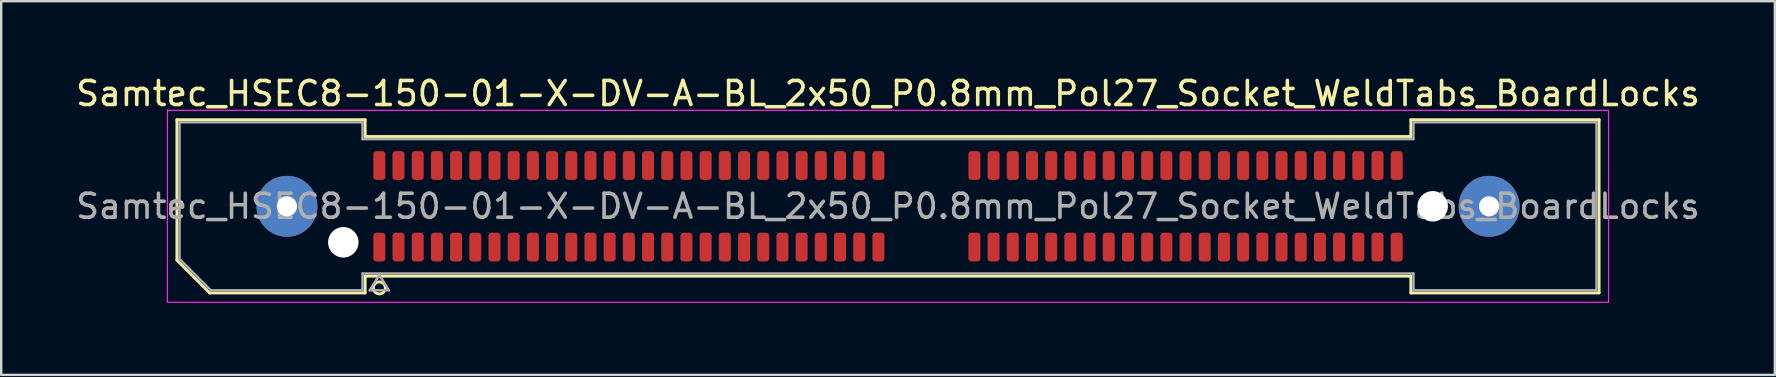
<source format=kicad_pcb>
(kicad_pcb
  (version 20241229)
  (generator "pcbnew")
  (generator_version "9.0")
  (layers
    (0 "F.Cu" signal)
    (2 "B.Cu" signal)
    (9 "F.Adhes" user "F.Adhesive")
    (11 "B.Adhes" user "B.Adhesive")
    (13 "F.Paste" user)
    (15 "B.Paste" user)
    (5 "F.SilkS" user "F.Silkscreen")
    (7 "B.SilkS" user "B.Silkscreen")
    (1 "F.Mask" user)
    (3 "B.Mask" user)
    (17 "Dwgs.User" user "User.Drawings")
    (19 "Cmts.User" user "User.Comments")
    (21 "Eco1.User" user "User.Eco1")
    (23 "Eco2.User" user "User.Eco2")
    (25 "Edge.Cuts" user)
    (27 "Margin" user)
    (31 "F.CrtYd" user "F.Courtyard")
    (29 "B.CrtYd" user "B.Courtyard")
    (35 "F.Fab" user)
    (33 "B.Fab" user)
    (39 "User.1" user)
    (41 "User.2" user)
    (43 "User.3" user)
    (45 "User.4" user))
  (footprint "Samtec_HSEC8-150-01-X-DV-A-BL_2x50_P0.8mm_Pol27_Socket_WeldTabs_BoardLocks"
    (layer "F.Cu")
    (at 33.958 5.548)
    (property "Reference" "Samtec_HSEC8-150-01-X-DV-A-BL_2x50_P0.8mm_Pol27_Socket_WeldTabs_BoardLocks" (at 0 -4.7 0) (layer "F.SilkS") (effects (font (size 1 1) (thickness 0.15))))
    (attr smd)
    (fp_line (start -29.635 -3.61) (end -21.79 -3.61) (stroke (width 0.12) (type solid)) (layer "F.SilkS"))
    (fp_line (start -29.635 2.246) (end -29.635 -3.61) (stroke (width 0.12) (type solid)) (layer "F.SilkS"))
    (fp_line (start -28.271 3.61) (end -29.635 2.246) (stroke (width 0.12) (type solid)) (layer "F.SilkS"))
    (fp_line (start -21.79 -3.61) (end -21.79 -2.91) (stroke (width 0.12) (type solid)) (layer "F.SilkS"))
    (fp_line (start -21.79 -2.91) (end 21.79 -2.91) (stroke (width 0.12) (type solid)) (layer "F.SilkS"))
    (fp_line (start -21.79 2.91) (end -21.79 3.61) (stroke (width 0.12) (type solid)) (layer "F.SilkS"))
    (fp_line (start -21.79 3.61) (end -28.271 3.61) (stroke (width 0.12) (type solid)) (layer "F.SilkS"))
    (fp_line (start 21.79 -3.61) (end 29.635 -3.61) (stroke (width 0.12) (type solid)) (layer "F.SilkS"))
    (fp_line (start 21.79 -2.91) (end 21.79 -3.61) (stroke (width 0.12) (type solid)) (layer "F.SilkS"))
    (fp_line (start 21.79 2.91) (end -21.79 2.91) (stroke (width 0.12) (type solid)) (layer "F.SilkS"))
    (fp_line (start 21.79 3.61) (end 21.79 2.91) (stroke (width 0.12) (type solid)) (layer "F.SilkS"))
    (fp_line (start 29.635 -3.61) (end 29.635 3.61) (stroke (width 0.12) (type solid)) (layer "F.SilkS"))
    (fp_line (start 29.635 3.61) (end 21.79 3.61) (stroke (width 0.12) (type solid)) (layer "F.SilkS"))
    (fp_circle (center -21.2 3.4) (end -20.95 3.4) (stroke (width 0.12) (type solid)) (fill no) (layer "F.SilkS"))
    (fp_line (start -30.03 -4) (end -30.03 4) (stroke (width 0.05) (type solid)) (layer "F.CrtYd"))
    (fp_line (start -30.03 4) (end 30.03 4) (stroke (width 0.05) (type solid)) (layer "F.CrtYd"))
    (fp_line (start 30.03 -4) (end -30.03 -4) (stroke (width 0.05) (type solid)) (layer "F.CrtYd"))
    (fp_line (start 30.03 4) (end 30.03 -4) (stroke (width 0.05) (type solid)) (layer "F.CrtYd"))
    (fp_line (start -29.525 -3.5) (end -21.9 -3.5) (stroke (width 0.1) (type solid)) (layer "F.Fab"))
    (fp_line (start -29.525 2.2) (end -29.525 -3.5) (stroke (width 0.1) (type solid)) (layer "F.Fab"))
    (fp_line (start -28.225 3.5) (end -29.525 2.2) (stroke (width 0.1) (type solid)) (layer "F.Fab"))
    (fp_line (start -21.9 -3.5) (end -21.9 -2.8) (stroke (width 0.1) (type solid)) (layer "F.Fab"))
    (fp_line (start -21.9 -2.8) (end 21.9 -2.8) (stroke (width 0.1) (type solid)) (layer "F.Fab"))
    (fp_line (start -21.9 2.8) (end -21.9 3.5) (stroke (width 0.1) (type solid)) (layer "F.Fab"))
    (fp_line (start -21.9 3.5) (end -28.225 3.5) (stroke (width 0.1) (type solid)) (layer "F.Fab"))
    (fp_line (start -21.6 3.5) (end -21.2 2.86) (stroke (width 0.1) (type solid)) (layer "F.Fab"))
    (fp_line (start -21.2 2.86) (end -20.8 3.5) (stroke (width 0.1) (type solid)) (layer "F.Fab"))
    (fp_line (start -20.8 3.5) (end -21.6 3.5) (stroke (width 0.1) (type solid)) (layer "F.Fab"))
    (fp_line (start 21.9 -3.5) (end 29.525 -3.5) (stroke (width 0.1) (type solid)) (layer "F.Fab"))
    (fp_line (start 21.9 -2.8) (end 21.9 -3.5) (stroke (width 0.1) (type solid)) (layer "F.Fab"))
    (fp_line (start 21.9 2.8) (end -21.9 2.8) (stroke (width 0.1) (type solid)) (layer "F.Fab"))
    (fp_line (start 21.9 3.5) (end 21.9 2.8) (stroke (width 0.1) (type solid)) (layer "F.Fab"))
    (fp_line (start 29.525 -3.5) (end 29.525 3.5) (stroke (width 0.1) (type solid)) (layer "F.Fab"))
    (fp_line (start 29.525 3.5) (end 21.9 3.5) (stroke (width 0.1) (type solid)) (layer "F.Fab"))
    (fp_text user "${REFERENCE}" (at 0 0 0) (layer "F.Fab") (effects (font (size 1 1) (thickness 0.15))))
    (pad "" thru_hole circle (at -25.05 0) (size 2.54 2.54) (drill 0.84) (layers "*.Cu" "*.Mask" "F.Paste"))
    (pad "" np_thru_hole circle (at -22.7 1.5) (size 1.27 1.27) (drill 1.27) (layers "*.Cu" "*.Mask"))
    (pad "" np_thru_hole circle (at 22.7 0) (size 1.27 1.27) (drill 1.27) (layers "*.Cu" "*.Mask"))
    (pad "" thru_hole circle (at 25.05 0) (size 2.54 2.54) (drill 0.84) (layers "*.Cu" "*.Mask" "F.Paste"))
    (pad "1" smd roundrect (at -21.2 1.7) (size 0.5 1.2) (layers "F.Cu" "F.Mask" "F.Paste") (roundrect_rratio 0.25))
    (pad "2" smd roundrect (at -21.2 -1.7) (size 0.5 1.2) (layers "F.Cu" "F.Mask" "F.Paste") (roundrect_rratio 0.25))
    (pad "3" smd roundrect (at -20.4 1.7) (size 0.5 1.2) (layers "F.Cu" "F.Mask" "F.Paste") (roundrect_rratio 0.25))
    (pad "4" smd roundrect (at -20.4 -1.7) (size 0.5 1.2) (layers "F.Cu" "F.Mask" "F.Paste") (roundrect_rratio 0.25))
    (pad "5" smd roundrect (at -19.6 1.7) (size 0.5 1.2) (layers "F.Cu" "F.Mask" "F.Paste") (roundrect_rratio 0.25))
    (pad "6" smd roundrect (at -19.6 -1.7) (size 0.5 1.2) (layers "F.Cu" "F.Mask" "F.Paste") (roundrect_rratio 0.25))
    (pad "7" smd roundrect (at -18.8 1.7) (size 0.5 1.2) (layers "F.Cu" "F.Mask" "F.Paste") (roundrect_rratio 0.25))
    (pad "8" smd roundrect (at -18.8 -1.7) (size 0.5 1.2) (layers "F.Cu" "F.Mask" "F.Paste") (roundrect_rratio 0.25))
    (pad "9" smd roundrect (at -18 1.7) (size 0.5 1.2) (layers "F.Cu" "F.Mask" "F.Paste") (roundrect_rratio 0.25))
    (pad "10" smd roundrect (at -18 -1.7) (size 0.5 1.2) (layers "F.Cu" "F.Mask" "F.Paste") (roundrect_rratio 0.25))
    (pad "11" smd roundrect (at -17.2 1.7) (size 0.5 1.2) (layers "F.Cu" "F.Mask" "F.Paste") (roundrect_rratio 0.25))
    (pad "12" smd roundrect (at -17.2 -1.7) (size 0.5 1.2) (layers "F.Cu" "F.Mask" "F.Paste") (roundrect_rratio 0.25))
    (pad "13" smd roundrect (at -16.4 1.7) (size 0.5 1.2) (layers "F.Cu" "F.Mask" "F.Paste") (roundrect_rratio 0.25))
    (pad "14" smd roundrect (at -16.4 -1.7) (size 0.5 1.2) (layers "F.Cu" "F.Mask" "F.Paste") (roundrect_rratio 0.25))
    (pad "15" smd roundrect (at -15.6 1.7) (size 0.5 1.2) (layers "F.Cu" "F.Mask" "F.Paste") (roundrect_rratio 0.25))
    (pad "16" smd roundrect (at -15.6 -1.7) (size 0.5 1.2) (layers "F.Cu" "F.Mask" "F.Paste") (roundrect_rratio 0.25))
    (pad "17" smd roundrect (at -14.8 1.7) (size 0.5 1.2) (layers "F.Cu" "F.Mask" "F.Paste") (roundrect_rratio 0.25))
    (pad "18" smd roundrect (at -14.8 -1.7) (size 0.5 1.2) (layers "F.Cu" "F.Mask" "F.Paste") (roundrect_rratio 0.25))
    (pad "19" smd roundrect (at -14 1.7) (size 0.5 1.2) (layers "F.Cu" "F.Mask" "F.Paste") (roundrect_rratio 0.25))
    (pad "20" smd roundrect (at -14 -1.7) (size 0.5 1.2) (layers "F.Cu" "F.Mask" "F.Paste") (roundrect_rratio 0.25))
    (pad "21" smd roundrect (at -13.2 1.7) (size 0.5 1.2) (layers "F.Cu" "F.Mask" "F.Paste") (roundrect_rratio 0.25))
    (pad "22" smd roundrect (at -13.2 -1.7) (size 0.5 1.2) (layers "F.Cu" "F.Mask" "F.Paste") (roundrect_rratio 0.25))
    (pad "23" smd roundrect (at -12.4 1.7) (size 0.5 1.2) (layers "F.Cu" "F.Mask" "F.Paste") (roundrect_rratio 0.25))
    (pad "24" smd roundrect (at -12.4 -1.7) (size 0.5 1.2) (layers "F.Cu" "F.Mask" "F.Paste") (roundrect_rratio 0.25))
    (pad "25" smd roundrect (at -11.6 1.7) (size 0.5 1.2) (layers "F.Cu" "F.Mask" "F.Paste") (roundrect_rratio 0.25))
    (pad "26" smd roundrect (at -11.6 -1.7) (size 0.5 1.2) (layers "F.Cu" "F.Mask" "F.Paste") (roundrect_rratio 0.25))
    (pad "27" smd roundrect (at -10.8 1.7) (size 0.5 1.2) (layers "F.Cu" "F.Mask" "F.Paste") (roundrect_rratio 0.25))
    (pad "28" smd roundrect (at -10.8 -1.7) (size 0.5 1.2) (layers "F.Cu" "F.Mask" "F.Paste") (roundrect_rratio 0.25))
    (pad "29" smd roundrect (at -10 1.7) (size 0.5 1.2) (layers "F.Cu" "F.Mask" "F.Paste") (roundrect_rratio 0.25))
    (pad "30" smd roundrect (at -10 -1.7) (size 0.5 1.2) (layers "F.Cu" "F.Mask" "F.Paste") (roundrect_rratio 0.25))
    (pad "31" smd roundrect (at -9.2 1.7) (size 0.5 1.2) (layers "F.Cu" "F.Mask" "F.Paste") (roundrect_rratio 0.25))
    (pad "32" smd roundrect (at -9.2 -1.7) (size 0.5 1.2) (layers "F.Cu" "F.Mask" "F.Paste") (roundrect_rratio 0.25))
    (pad "33" smd roundrect (at -8.4 1.7) (size 0.5 1.2) (layers "F.Cu" "F.Mask" "F.Paste") (roundrect_rratio 0.25))
    (pad "34" smd roundrect (at -8.4 -1.7) (size 0.5 1.2) (layers "F.Cu" "F.Mask" "F.Paste") (roundrect_rratio 0.25))
    (pad "35" smd roundrect (at -7.6 1.7) (size 0.5 1.2) (layers "F.Cu" "F.Mask" "F.Paste") (roundrect_rratio 0.25))
    (pad "36" smd roundrect (at -7.6 -1.7) (size 0.5 1.2) (layers "F.Cu" "F.Mask" "F.Paste") (roundrect_rratio 0.25))
    (pad "37" smd roundrect (at -6.8 1.7) (size 0.5 1.2) (layers "F.Cu" "F.Mask" "F.Paste") (roundrect_rratio 0.25))
    (pad "38" smd roundrect (at -6.8 -1.7) (size 0.5 1.2) (layers "F.Cu" "F.Mask" "F.Paste") (roundrect_rratio 0.25))
    (pad "39" smd roundrect (at -6 1.7) (size 0.5 1.2) (layers "F.Cu" "F.Mask" "F.Paste") (roundrect_rratio 0.25))
    (pad "40" smd roundrect (at -6 -1.7) (size 0.5 1.2) (layers "F.Cu" "F.Mask" "F.Paste") (roundrect_rratio 0.25))
    (pad "41" smd roundrect (at -5.2 1.7) (size 0.5 1.2) (layers "F.Cu" "F.Mask" "F.Paste") (roundrect_rratio 0.25))
    (pad "42" smd roundrect (at -5.2 -1.7) (size 0.5 1.2) (layers "F.Cu" "F.Mask" "F.Paste") (roundrect_rratio 0.25))
    (pad "43" smd roundrect (at -4.4 1.7) (size 0.5 1.2) (layers "F.Cu" "F.Mask" "F.Paste") (roundrect_rratio 0.25))
    (pad "44" smd roundrect (at -4.4 -1.7) (size 0.5 1.2) (layers "F.Cu" "F.Mask" "F.Paste") (roundrect_rratio 0.25))
    (pad "45" smd roundrect (at -3.6 1.7) (size 0.5 1.2) (layers "F.Cu" "F.Mask" "F.Paste") (roundrect_rratio 0.25))
    (pad "46" smd roundrect (at -3.6 -1.7) (size 0.5 1.2) (layers "F.Cu" "F.Mask" "F.Paste") (roundrect_rratio 0.25))
    (pad "47" smd roundrect (at -2.8 1.7) (size 0.5 1.2) (layers "F.Cu" "F.Mask" "F.Paste") (roundrect_rratio 0.25))
    (pad "48" smd roundrect (at -2.8 -1.7) (size 0.5 1.2) (layers "F.Cu" "F.Mask" "F.Paste") (roundrect_rratio 0.25))
    (pad "49" smd roundrect (at -2 1.7) (size 0.5 1.2) (layers "F.Cu" "F.Mask" "F.Paste") (roundrect_rratio 0.25))
    (pad "50" smd roundrect (at -2 -1.7) (size 0.5 1.2) (layers "F.Cu" "F.Mask" "F.Paste") (roundrect_rratio 0.25))
    (pad "51" smd roundrect (at -1.2 1.7) (size 0.5 1.2) (layers "F.Cu" "F.Mask" "F.Paste") (roundrect_rratio 0.25))
    (pad "52" smd roundrect (at -1.2 -1.7) (size 0.5 1.2) (layers "F.Cu" "F.Mask" "F.Paste") (roundrect_rratio 0.25))
    (pad "53" smd roundrect (at -0.4 1.7) (size 0.5 1.2) (layers "F.Cu" "F.Mask" "F.Paste") (roundrect_rratio 0.25))
    (pad "54" smd roundrect (at -0.4 -1.7) (size 0.5 1.2) (layers "F.Cu" "F.Mask" "F.Paste") (roundrect_rratio 0.25))
    (pad "55" smd roundrect (at 3.6 1.7) (size 0.5 1.2) (layers "F.Cu" "F.Mask" "F.Paste") (roundrect_rratio 0.25))
    (pad "56" smd roundrect (at 3.6 -1.7) (size 0.5 1.2) (layers "F.Cu" "F.Mask" "F.Paste") (roundrect_rratio 0.25))
    (pad "57" smd roundrect (at 4.4 1.7) (size 0.5 1.2) (layers "F.Cu" "F.Mask" "F.Paste") (roundrect_rratio 0.25))
    (pad "58" smd roundrect (at 4.4 -1.7) (size 0.5 1.2) (layers "F.Cu" "F.Mask" "F.Paste") (roundrect_rratio 0.25))
    (pad "59" smd roundrect (at 5.2 1.7) (size 0.5 1.2) (layers "F.Cu" "F.Mask" "F.Paste") (roundrect_rratio 0.25))
    (pad "60" smd roundrect (at 5.2 -1.7) (size 0.5 1.2) (layers "F.Cu" "F.Mask" "F.Paste") (roundrect_rratio 0.25))
    (pad "61" smd roundrect (at 6 1.7) (size 0.5 1.2) (layers "F.Cu" "F.Mask" "F.Paste") (roundrect_rratio 0.25))
    (pad "62" smd roundrect (at 6 -1.7) (size 0.5 1.2) (layers "F.Cu" "F.Mask" "F.Paste") (roundrect_rratio 0.25))
    (pad "63" smd roundrect (at 6.8 1.7) (size 0.5 1.2) (layers "F.Cu" "F.Mask" "F.Paste") (roundrect_rratio 0.25))
    (pad "64" smd roundrect (at 6.8 -1.7) (size 0.5 1.2) (layers "F.Cu" "F.Mask" "F.Paste") (roundrect_rratio 0.25))
    (pad "65" smd roundrect (at 7.6 1.7) (size 0.5 1.2) (layers "F.Cu" "F.Mask" "F.Paste") (roundrect_rratio 0.25))
    (pad "66" smd roundrect (at 7.6 -1.7) (size 0.5 1.2) (layers "F.Cu" "F.Mask" "F.Paste") (roundrect_rratio 0.25))
    (pad "67" smd roundrect (at 8.4 1.7) (size 0.5 1.2) (layers "F.Cu" "F.Mask" "F.Paste") (roundrect_rratio 0.25))
    (pad "68" smd roundrect (at 8.4 -1.7) (size 0.5 1.2) (layers "F.Cu" "F.Mask" "F.Paste") (roundrect_rratio 0.25))
    (pad "69" smd roundrect (at 9.2 1.7) (size 0.5 1.2) (layers "F.Cu" "F.Mask" "F.Paste") (roundrect_rratio 0.25))
    (pad "70" smd roundrect (at 9.2 -1.7) (size 0.5 1.2) (layers "F.Cu" "F.Mask" "F.Paste") (roundrect_rratio 0.25))
    (pad "71" smd roundrect (at 10 1.7) (size 0.5 1.2) (layers "F.Cu" "F.Mask" "F.Paste") (roundrect_rratio 0.25))
    (pad "72" smd roundrect (at 10 -1.7) (size 0.5 1.2) (layers "F.Cu" "F.Mask" "F.Paste") (roundrect_rratio 0.25))
    (pad "73" smd roundrect (at 10.8 1.7) (size 0.5 1.2) (layers "F.Cu" "F.Mask" "F.Paste") (roundrect_rratio 0.25))
    (pad "74" smd roundrect (at 10.8 -1.7) (size 0.5 1.2) (layers "F.Cu" "F.Mask" "F.Paste") (roundrect_rratio 0.25))
    (pad "75" smd roundrect (at 11.6 1.7) (size 0.5 1.2) (layers "F.Cu" "F.Mask" "F.Paste") (roundrect_rratio 0.25))
    (pad "76" smd roundrect (at 11.6 -1.7) (size 0.5 1.2) (layers "F.Cu" "F.Mask" "F.Paste") (roundrect_rratio 0.25))
    (pad "77" smd roundrect (at 12.4 1.7) (size 0.5 1.2) (layers "F.Cu" "F.Mask" "F.Paste") (roundrect_rratio 0.25))
    (pad "78" smd roundrect (at 12.4 -1.7) (size 0.5 1.2) (layers "F.Cu" "F.Mask" "F.Paste") (roundrect_rratio 0.25))
    (pad "79" smd roundrect (at 13.2 1.7) (size 0.5 1.2) (layers "F.Cu" "F.Mask" "F.Paste") (roundrect_rratio 0.25))
    (pad "80" smd roundrect (at 13.2 -1.7) (size 0.5 1.2) (layers "F.Cu" "F.Mask" "F.Paste") (roundrect_rratio 0.25))
    (pad "81" smd roundrect (at 14 1.7) (size 0.5 1.2) (layers "F.Cu" "F.Mask" "F.Paste") (roundrect_rratio 0.25))
    (pad "82" smd roundrect (at 14 -1.7) (size 0.5 1.2) (layers "F.Cu" "F.Mask" "F.Paste") (roundrect_rratio 0.25))
    (pad "83" smd roundrect (at 14.8 1.7) (size 0.5 1.2) (layers "F.Cu" "F.Mask" "F.Paste") (roundrect_rratio 0.25))
    (pad "84" smd roundrect (at 14.8 -1.7) (size 0.5 1.2) (layers "F.Cu" "F.Mask" "F.Paste") (roundrect_rratio 0.25))
    (pad "85" smd roundrect (at 15.6 1.7) (size 0.5 1.2) (layers "F.Cu" "F.Mask" "F.Paste") (roundrect_rratio 0.25))
    (pad "86" smd roundrect (at 15.6 -1.7) (size 0.5 1.2) (layers "F.Cu" "F.Mask" "F.Paste") (roundrect_rratio 0.25))
    (pad "87" smd roundrect (at 16.4 1.7) (size 0.5 1.2) (layers "F.Cu" "F.Mask" "F.Paste") (roundrect_rratio 0.25))
    (pad "88" smd roundrect (at 16.4 -1.7) (size 0.5 1.2) (layers "F.Cu" "F.Mask" "F.Paste") (roundrect_rratio 0.25))
    (pad "89" smd roundrect (at 17.2 1.7) (size 0.5 1.2) (layers "F.Cu" "F.Mask" "F.Paste") (roundrect_rratio 0.25))
    (pad "90" smd roundrect (at 17.2 -1.7) (size 0.5 1.2) (layers "F.Cu" "F.Mask" "F.Paste") (roundrect_rratio 0.25))
    (pad "91" smd roundrect (at 18 1.7) (size 0.5 1.2) (layers "F.Cu" "F.Mask" "F.Paste") (roundrect_rratio 0.25))
    (pad "92" smd roundrect (at 18 -1.7) (size 0.5 1.2) (layers "F.Cu" "F.Mask" "F.Paste") (roundrect_rratio 0.25))
    (pad "93" smd roundrect (at 18.8 1.7) (size 0.5 1.2) (layers "F.Cu" "F.Mask" "F.Paste") (roundrect_rratio 0.25))
    (pad "94" smd roundrect (at 18.8 -1.7) (size 0.5 1.2) (layers "F.Cu" "F.Mask" "F.Paste") (roundrect_rratio 0.25))
    (pad "95" smd roundrect (at 19.6 1.7) (size 0.5 1.2) (layers "F.Cu" "F.Mask" "F.Paste") (roundrect_rratio 0.25))
    (pad "96" smd roundrect (at 19.6 -1.7) (size 0.5 1.2) (layers "F.Cu" "F.Mask" "F.Paste") (roundrect_rratio 0.25))
    (pad "97" smd roundrect (at 20.4 1.7) (size 0.5 1.2) (layers "F.Cu" "F.Mask" "F.Paste") (roundrect_rratio 0.25))
    (pad "98" smd roundrect (at 20.4 -1.7) (size 0.5 1.2) (layers "F.Cu" "F.Mask" "F.Paste") (roundrect_rratio 0.25))
    (pad "99" smd roundrect (at 21.2 1.7) (size 0.5 1.2) (layers "F.Cu" "F.Mask" "F.Paste") (roundrect_rratio 0.25))
    (pad "100" smd roundrect (at 21.2 -1.7) (size 0.5 1.2) (layers "F.Cu" "F.Mask" "F.Paste") (roundrect_rratio 0.25)))
  (gr_rect
    (start -3 -3)
    (end 70.917 12.573)
    (stroke (width 0.1) (type default))
    (fill no)
    (layer "Edge.Cuts")))
</source>
